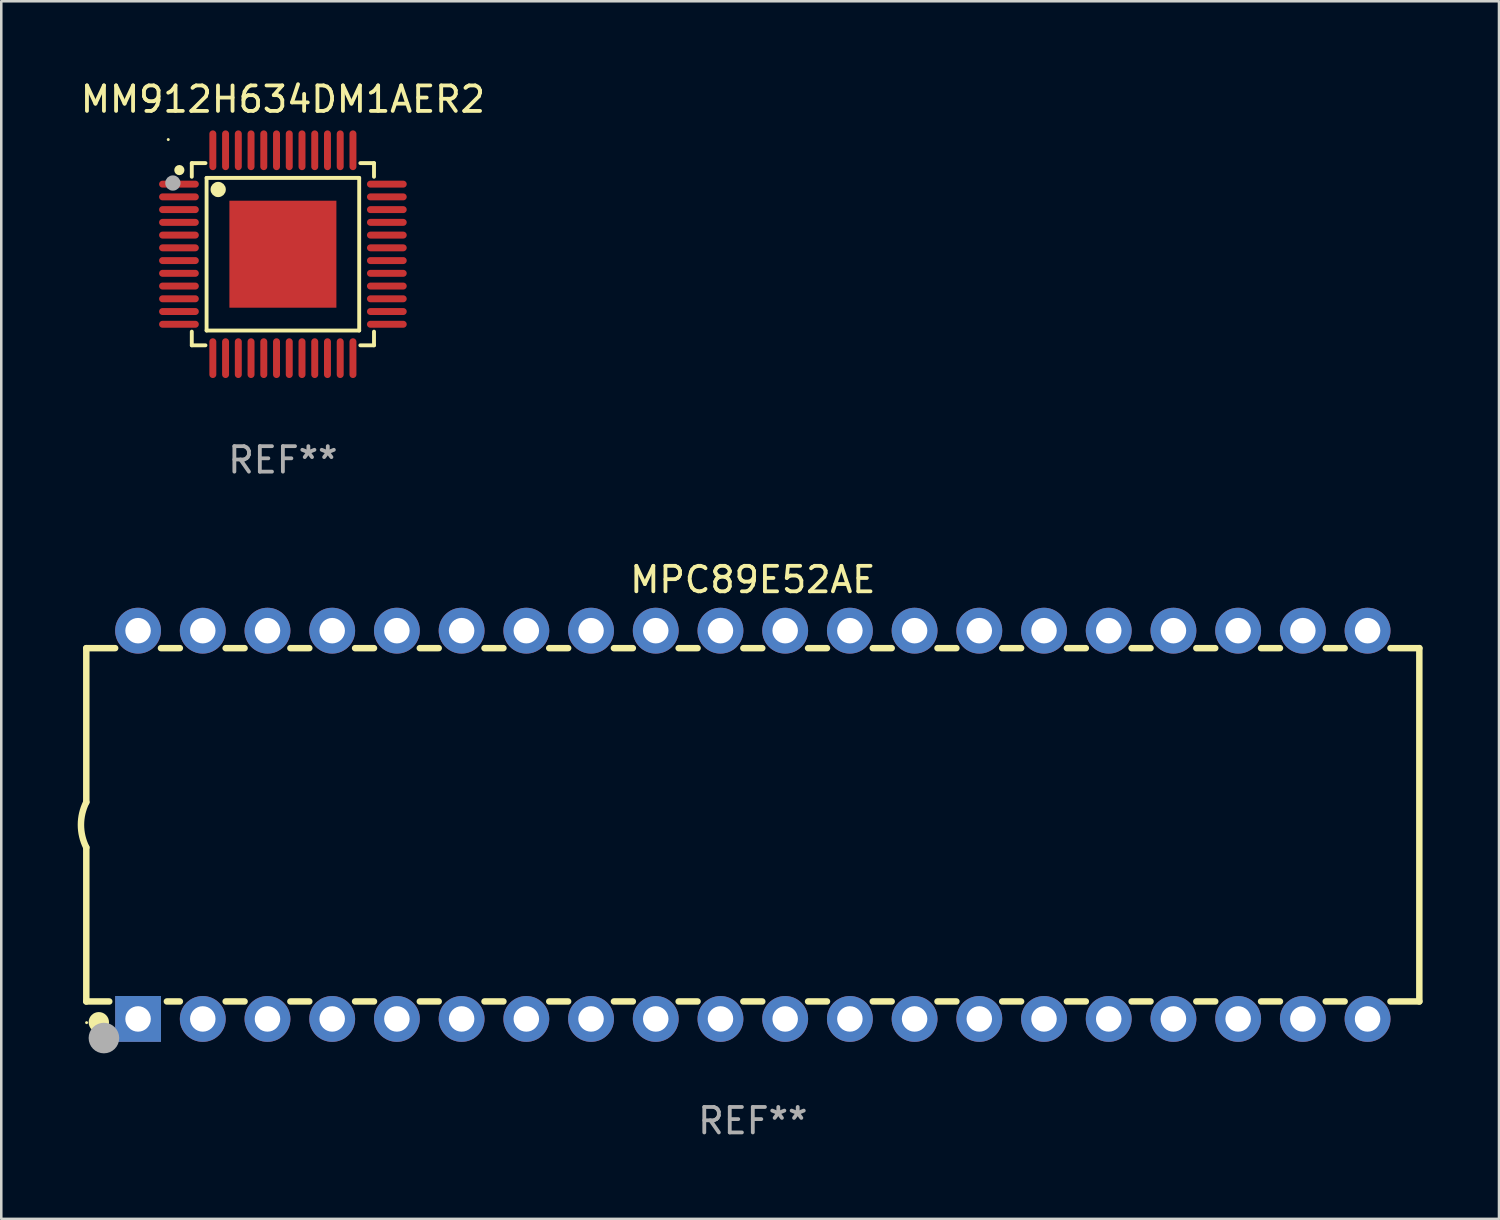
<source format=kicad_pcb>
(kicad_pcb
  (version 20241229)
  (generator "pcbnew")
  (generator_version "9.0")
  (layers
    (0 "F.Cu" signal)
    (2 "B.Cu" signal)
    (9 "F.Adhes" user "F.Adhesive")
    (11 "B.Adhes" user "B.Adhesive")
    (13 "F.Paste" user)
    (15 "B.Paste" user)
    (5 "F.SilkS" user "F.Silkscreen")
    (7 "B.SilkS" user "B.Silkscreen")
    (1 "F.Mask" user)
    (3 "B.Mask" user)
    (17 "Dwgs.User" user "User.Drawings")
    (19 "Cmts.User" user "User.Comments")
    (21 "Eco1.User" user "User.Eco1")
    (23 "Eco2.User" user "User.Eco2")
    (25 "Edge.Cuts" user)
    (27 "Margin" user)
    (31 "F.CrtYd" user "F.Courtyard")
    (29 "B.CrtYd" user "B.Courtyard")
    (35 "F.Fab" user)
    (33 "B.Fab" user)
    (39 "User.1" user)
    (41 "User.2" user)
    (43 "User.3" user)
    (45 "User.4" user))
  (footprint "MPC89E52AE"
    (layer "F.Cu")
    (at 26.499 29.325)
    (property "Reference" "MPC89E52AE" (at 0 -9.62 0) (layer "F.SilkS") (effects (font (size 1 1) (thickness 0.15))))
    (attr through_hole)
    (fp_line (start -26.162 -6.934) (end -26.162 -0.889) (stroke (width 0.254) (type solid)) (layer "F.SilkS"))
    (fp_line (start -26.162 -6.934) (end -25.029 -6.934) (stroke (width 0.254) (type solid)) (layer "F.SilkS"))
    (fp_line (start -26.162 6.934) (end -26.162 0.889) (stroke (width 0.254) (type solid)) (layer "F.SilkS"))
    (fp_line (start -26.162 6.934) (end -25.261 6.934) (stroke (width 0.254) (type solid)) (layer "F.SilkS"))
    (fp_line (start -23.231 -6.934) (end -22.489 -6.934) (stroke (width 0.254) (type solid)) (layer "F.SilkS"))
    (fp_line (start -22.999 6.934) (end -22.489 6.934) (stroke (width 0.254) (type solid)) (layer "F.SilkS"))
    (fp_line (start -20.691 -6.934) (end -19.949 -6.934) (stroke (width 0.254) (type solid)) (layer "F.SilkS"))
    (fp_line (start -20.691 6.934) (end -19.949 6.934) (stroke (width 0.254) (type solid)) (layer "F.SilkS"))
    (fp_line (start -18.151 -6.934) (end -17.409 -6.934) (stroke (width 0.254) (type solid)) (layer "F.SilkS"))
    (fp_line (start -18.151 6.934) (end -17.409 6.934) (stroke (width 0.254) (type solid)) (layer "F.SilkS"))
    (fp_line (start -15.611 -6.934) (end -14.869 -6.934) (stroke (width 0.254) (type solid)) (layer "F.SilkS"))
    (fp_line (start -15.611 6.934) (end -14.869 6.934) (stroke (width 0.254) (type solid)) (layer "F.SilkS"))
    (fp_line (start -13.071 -6.934) (end -12.329 -6.934) (stroke (width 0.254) (type solid)) (layer "F.SilkS"))
    (fp_line (start -13.071 6.934) (end -12.329 6.934) (stroke (width 0.254) (type solid)) (layer "F.SilkS"))
    (fp_line (start -10.531 -6.934) (end -9.789 -6.934) (stroke (width 0.254) (type solid)) (layer "F.SilkS"))
    (fp_line (start -10.531 6.934) (end -9.789 6.934) (stroke (width 0.254) (type solid)) (layer "F.SilkS"))
    (fp_line (start -7.991 -6.934) (end -7.249 -6.934) (stroke (width 0.254) (type solid)) (layer "F.SilkS"))
    (fp_line (start -7.991 6.934) (end -7.249 6.934) (stroke (width 0.254) (type solid)) (layer "F.SilkS"))
    (fp_line (start -5.451 -6.934) (end -4.709 -6.934) (stroke (width 0.254) (type solid)) (layer "F.SilkS"))
    (fp_line (start -5.451 6.934) (end -4.709 6.934) (stroke (width 0.254) (type solid)) (layer "F.SilkS"))
    (fp_line (start -2.911 -6.934) (end -2.169 -6.934) (stroke (width 0.254) (type solid)) (layer "F.SilkS"))
    (fp_line (start -2.911 6.934) (end -2.169 6.934) (stroke (width 0.254) (type solid)) (layer "F.SilkS"))
    (fp_line (start -0.371 -6.934) (end 0.371 -6.934) (stroke (width 0.254) (type solid)) (layer "F.SilkS"))
    (fp_line (start -0.371 6.934) (end 0.371 6.934) (stroke (width 0.254) (type solid)) (layer "F.SilkS"))
    (fp_line (start 2.169 -6.934) (end 2.911 -6.934) (stroke (width 0.254) (type solid)) (layer "F.SilkS"))
    (fp_line (start 2.169 6.934) (end 2.911 6.934) (stroke (width 0.254) (type solid)) (layer "F.SilkS"))
    (fp_line (start 4.709 -6.934) (end 5.451 -6.934) (stroke (width 0.254) (type solid)) (layer "F.SilkS"))
    (fp_line (start 4.709 6.934) (end 5.451 6.934) (stroke (width 0.254) (type solid)) (layer "F.SilkS"))
    (fp_line (start 7.249 -6.934) (end 7.991 -6.934) (stroke (width 0.254) (type solid)) (layer "F.SilkS"))
    (fp_line (start 7.249 6.934) (end 7.991 6.934) (stroke (width 0.254) (type solid)) (layer "F.SilkS"))
    (fp_line (start 9.789 -6.934) (end 10.531 -6.934) (stroke (width 0.254) (type solid)) (layer "F.SilkS"))
    (fp_line (start 9.789 6.934) (end 10.531 6.934) (stroke (width 0.254) (type solid)) (layer "F.SilkS"))
    (fp_line (start 12.329 -6.934) (end 13.071 -6.934) (stroke (width 0.254) (type solid)) (layer "F.SilkS"))
    (fp_line (start 12.329 6.934) (end 13.071 6.934) (stroke (width 0.254) (type solid)) (layer "F.SilkS"))
    (fp_line (start 14.869 -6.934) (end 15.611 -6.934) (stroke (width 0.254) (type solid)) (layer "F.SilkS"))
    (fp_line (start 14.869 6.934) (end 15.611 6.934) (stroke (width 0.254) (type solid)) (layer "F.SilkS"))
    (fp_line (start 17.409 -6.934) (end 18.151 -6.934) (stroke (width 0.254) (type solid)) (layer "F.SilkS"))
    (fp_line (start 17.409 6.934) (end 18.151 6.934) (stroke (width 0.254) (type solid)) (layer "F.SilkS"))
    (fp_line (start 19.949 -6.934) (end 20.691 -6.934) (stroke (width 0.254) (type solid)) (layer "F.SilkS"))
    (fp_line (start 19.949 6.934) (end 20.691 6.934) (stroke (width 0.254) (type solid)) (layer "F.SilkS"))
    (fp_line (start 22.489 -6.934) (end 23.231 -6.934) (stroke (width 0.254) (type solid)) (layer "F.SilkS"))
    (fp_line (start 22.489 6.934) (end 23.231 6.934) (stroke (width 0.254) (type solid)) (layer "F.SilkS"))
    (fp_line (start 25.029 -6.934) (end 26.162 -6.934) (stroke (width 0.254) (type solid)) (layer "F.SilkS"))
    (fp_line (start 25.029 6.934) (end 26.162 6.934) (stroke (width 0.254) (type solid)) (layer "F.SilkS"))
    (fp_line (start 26.162 -6.934) (end 26.162 6.934) (stroke (width 0.254) (type solid)) (layer "F.SilkS"))
    (fp_arc (start -26.162052 0.889001) (mid -26.371917 0) (end -26.162052 -0.889002) (stroke (width 0.254001) (type solid)) (layer "F.SilkS"))
    (fp_circle (center -26.15 7.765) (end -26.12 7.765) (stroke (width 0.06) (type solid)) (fill no) (layer "F.SilkS"))
    (fp_circle (center -25.67 7.75) (end -25.47 7.75) (stroke (width 0.4) (type solid)) (fill no) (layer "F.SilkS"))
    (fp_circle (center -25.47 8.37) (end -25.17 8.37) (stroke (width 0.6) (type solid)) (fill no) (layer "F.Fab"))
    (fp_text user "REF**" (at 0 11.62 0) (layer "F.Fab") (effects (font (size 1 1) (thickness 0.15))))
    (pad "1" thru_hole rect (at -24.13 7.62) (size 1.8 1.8) (drill 1) (layers "*.Cu" "*.Mask"))
    (pad "2" thru_hole circle (at -21.59 7.62) (size 1.8 1.8) (drill 1) (layers "*.Cu" "*.Mask"))
    (pad "3" thru_hole circle (at -19.05 7.62) (size 1.8 1.8) (drill 1) (layers "*.Cu" "*.Mask"))
    (pad "4" thru_hole circle (at -16.51 7.62) (size 1.8 1.8) (drill 1) (layers "*.Cu" "*.Mask"))
    (pad "5" thru_hole circle (at -13.97 7.62) (size 1.8 1.8) (drill 1) (layers "*.Cu" "*.Mask"))
    (pad "6" thru_hole circle (at -11.43 7.62) (size 1.8 1.8) (drill 1) (layers "*.Cu" "*.Mask"))
    (pad "7" thru_hole circle (at -8.89 7.62) (size 1.8 1.8) (drill 1) (layers "*.Cu" "*.Mask"))
    (pad "8" thru_hole circle (at -6.35 7.62) (size 1.8 1.8) (drill 1) (layers "*.Cu" "*.Mask"))
    (pad "9" thru_hole circle (at -3.81 7.62) (size 1.8 1.8) (drill 1) (layers "*.Cu" "*.Mask"))
    (pad "10" thru_hole circle (at -1.27 7.62) (size 1.8 1.8) (drill 1) (layers "*.Cu" "*.Mask"))
    (pad "11" thru_hole circle (at 1.27 7.62) (size 1.8 1.8) (drill 1) (layers "*.Cu" "*.Mask"))
    (pad "12" thru_hole circle (at 3.81 7.62) (size 1.8 1.8) (drill 1) (layers "*.Cu" "*.Mask"))
    (pad "13" thru_hole circle (at 6.35 7.62) (size 1.8 1.8) (drill 1) (layers "*.Cu" "*.Mask"))
    (pad "14" thru_hole circle (at 8.89 7.62) (size 1.8 1.8) (drill 1) (layers "*.Cu" "*.Mask"))
    (pad "15" thru_hole circle (at 11.43 7.62) (size 1.8 1.8) (drill 1) (layers "*.Cu" "*.Mask"))
    (pad "16" thru_hole circle (at 13.97 7.62) (size 1.8 1.8) (drill 1) (layers "*.Cu" "*.Mask"))
    (pad "17" thru_hole circle (at 16.51 7.62) (size 1.8 1.8) (drill 1) (layers "*.Cu" "*.Mask"))
    (pad "18" thru_hole circle (at 19.05 7.62) (size 1.8 1.8) (drill 1) (layers "*.Cu" "*.Mask"))
    (pad "19" thru_hole circle (at 21.59 7.62) (size 1.8 1.8) (drill 1) (layers "*.Cu" "*.Mask"))
    (pad "20" thru_hole circle (at 24.13 7.62) (size 1.8 1.8) (drill 1) (layers "*.Cu" "*.Mask"))
    (pad "21" thru_hole circle (at 24.13 -7.62) (size 1.8 1.8) (drill 1) (layers "*.Cu" "*.Mask"))
    (pad "22" thru_hole circle (at 21.59 -7.62) (size 1.8 1.8) (drill 1) (layers "*.Cu" "*.Mask"))
    (pad "23" thru_hole circle (at 19.05 -7.62) (size 1.8 1.8) (drill 1) (layers "*.Cu" "*.Mask"))
    (pad "24" thru_hole circle (at 16.51 -7.62) (size 1.8 1.8) (drill 1) (layers "*.Cu" "*.Mask"))
    (pad "25" thru_hole circle (at 13.97 -7.62) (size 1.8 1.8) (drill 1) (layers "*.Cu" "*.Mask"))
    (pad "26" thru_hole circle (at 11.43 -7.62) (size 1.8 1.8) (drill 1) (layers "*.Cu" "*.Mask"))
    (pad "27" thru_hole circle (at 8.89 -7.62) (size 1.8 1.8) (drill 1) (layers "*.Cu" "*.Mask"))
    (pad "28" thru_hole circle (at 6.35 -7.62) (size 1.8 1.8) (drill 1) (layers "*.Cu" "*.Mask"))
    (pad "29" thru_hole circle (at 3.81 -7.62) (size 1.8 1.8) (drill 1) (layers "*.Cu" "*.Mask"))
    (pad "30" thru_hole circle (at 1.27 -7.62) (size 1.8 1.8) (drill 1) (layers "*.Cu" "*.Mask"))
    (pad "31" thru_hole circle (at -1.27 -7.62) (size 1.8 1.8) (drill 1) (layers "*.Cu" "*.Mask"))
    (pad "32" thru_hole circle (at -3.81 -7.62) (size 1.8 1.8) (drill 1) (layers "*.Cu" "*.Mask"))
    (pad "33" thru_hole circle (at -6.35 -7.62) (size 1.8 1.8) (drill 1) (layers "*.Cu" "*.Mask"))
    (pad "34" thru_hole circle (at -8.89 -7.62) (size 1.8 1.8) (drill 1) (layers "*.Cu" "*.Mask"))
    (pad "35" thru_hole circle (at -11.43 -7.62) (size 1.8 1.8) (drill 1) (layers "*.Cu" "*.Mask"))
    (pad "36" thru_hole circle (at -13.97 -7.62) (size 1.8 1.8) (drill 1) (layers "*.Cu" "*.Mask"))
    (pad "37" thru_hole circle (at -16.51 -7.62) (size 1.8 1.8) (drill 1) (layers "*.Cu" "*.Mask"))
    (pad "38" thru_hole circle (at -19.05 -7.62) (size 1.8 1.8) (drill 1) (layers "*.Cu" "*.Mask"))
    (pad "39" thru_hole circle (at -21.59 -7.62) (size 1.8 1.8) (drill 1) (layers "*.Cu" "*.Mask"))
    (pad "40" thru_hole circle (at -24.13 -7.62) (size 1.8 1.8) (drill 1) (layers "*.Cu" "*.Mask")))
  (footprint "MM912H634DM1AER2"
    (layer "F.Cu")
    (at 8.054 6.928)
    (property "Reference" "MM912H634DM1AER2" (at 0 -6.08 0) (layer "F.SilkS") (effects (font (size 1 1) (thickness 0.15))))
    (attr through_hole)
    (fp_line (start -3.576 -3.576) (end -3.039 -3.576) (stroke (width 0.152) (type solid)) (layer "F.SilkS"))
    (fp_line (start -3.576 -3.039) (end -3.576 -3.576) (stroke (width 0.152) (type solid)) (layer "F.SilkS"))
    (fp_line (start -3.576 3.039) (end -3.576 3.576) (stroke (width 0.152) (type solid)) (layer "F.SilkS"))
    (fp_line (start -3.576 3.576) (end -3.039 3.576) (stroke (width 0.152) (type solid)) (layer "F.SilkS"))
    (fp_line (start -2.995 -2.995) (end 2.995 -2.995) (stroke (width 0.152) (type solid)) (layer "F.SilkS"))
    (fp_line (start -2.995 2.995) (end -2.995 -2.995) (stroke (width 0.152) (type solid)) (layer "F.SilkS"))
    (fp_line (start 2.995 -2.995) (end 2.995 2.995) (stroke (width 0.152) (type solid)) (layer "F.SilkS"))
    (fp_line (start 2.995 2.995) (end -2.995 2.995) (stroke (width 0.152) (type solid)) (layer "F.SilkS"))
    (fp_line (start 3.576 -3.576) (end 3.039 -3.576) (stroke (width 0.152) (type solid)) (layer "F.SilkS"))
    (fp_line (start 3.576 -3.039) (end 3.576 -3.576) (stroke (width 0.152) (type solid)) (layer "F.SilkS"))
    (fp_line (start 3.576 3.039) (end 3.576 3.576) (stroke (width 0.152) (type solid)) (layer "F.SilkS"))
    (fp_line (start 3.576 3.576) (end 3.039 3.576) (stroke (width 0.152) (type solid)) (layer "F.SilkS"))
    (fp_circle (center -4.5 -4.5) (end -4.47 -4.5) (stroke (width 0.06) (type solid)) (fill no) (layer "F.SilkS"))
    (fp_circle (center -4.064 -3.302) (end -3.964 -3.302) (stroke (width 0.2) (type solid)) (fill no) (layer "F.SilkS"))
    (fp_circle (center -2.54 -2.54) (end -2.39 -2.54) (stroke (width 0.3) (type solid)) (fill no) (layer "F.SilkS"))
    (fp_circle (center -4.318 -2.794) (end -4.168 -2.794) (stroke (width 0.3) (type solid)) (fill no) (layer "F.Fab"))
    (fp_text user "REF**" (at 0 8.08 0) (layer "F.Fab") (effects (font (size 1 1) (thickness 0.15))))
    (pad "1" smd oval (at -4.08 -2.75) (size 1.56 0.273) (layers "F.Cu" "F.Mask" "F.Paste"))
    (pad "2" smd oval (at -4.08 -2.25) (size 1.56 0.273) (layers "F.Cu" "F.Mask" "F.Paste"))
    (pad "3" smd oval (at -4.08 -1.75) (size 1.56 0.273) (layers "F.Cu" "F.Mask" "F.Paste"))
    (pad "4" smd oval (at -4.08 -1.25) (size 1.56 0.273) (layers "F.Cu" "F.Mask" "F.Paste"))
    (pad "5" smd oval (at -4.08 -0.75) (size 1.56 0.273) (layers "F.Cu" "F.Mask" "F.Paste"))
    (pad "6" smd oval (at -4.08 -0.25) (size 1.56 0.273) (layers "F.Cu" "F.Mask" "F.Paste"))
    (pad "7" smd oval (at -4.08 0.25) (size 1.56 0.273) (layers "F.Cu" "F.Mask" "F.Paste"))
    (pad "8" smd oval (at -4.08 0.75) (size 1.56 0.273) (layers "F.Cu" "F.Mask" "F.Paste"))
    (pad "9" smd oval (at -4.08 1.25) (size 1.56 0.273) (layers "F.Cu" "F.Mask" "F.Paste"))
    (pad "10" smd oval (at -4.08 1.75) (size 1.56 0.273) (layers "F.Cu" "F.Mask" "F.Paste"))
    (pad "11" smd oval (at -4.08 2.25) (size 1.56 0.273) (layers "F.Cu" "F.Mask" "F.Paste"))
    (pad "12" smd oval (at -4.08 2.75) (size 1.56 0.273) (layers "F.Cu" "F.Mask" "F.Paste"))
    (pad "13" smd oval (at -2.75 4.08) (size 0.273 1.56) (layers "F.Cu" "F.Mask" "F.Paste"))
    (pad "14" smd oval (at -2.25 4.08) (size 0.273 1.56) (layers "F.Cu" "F.Mask" "F.Paste"))
    (pad "15" smd oval (at -1.75 4.08) (size 0.273 1.56) (layers "F.Cu" "F.Mask" "F.Paste"))
    (pad "16" smd oval (at -1.25 4.08) (size 0.273 1.56) (layers "F.Cu" "F.Mask" "F.Paste"))
    (pad "17" smd oval (at -0.75 4.08) (size 0.273 1.56) (layers "F.Cu" "F.Mask" "F.Paste"))
    (pad "18" smd oval (at -0.25 4.08) (size 0.273 1.56) (layers "F.Cu" "F.Mask" "F.Paste"))
    (pad "19" smd oval (at 0.25 4.08) (size 0.273 1.56) (layers "F.Cu" "F.Mask" "F.Paste"))
    (pad "20" smd oval (at 0.75 4.08) (size 0.273 1.56) (layers "F.Cu" "F.Mask" "F.Paste"))
    (pad "21" smd oval (at 1.25 4.08) (size 0.273 1.56) (layers "F.Cu" "F.Mask" "F.Paste"))
    (pad "22" smd oval (at 1.75 4.08) (size 0.273 1.56) (layers "F.Cu" "F.Mask" "F.Paste"))
    (pad "23" smd oval (at 2.25 4.08) (size 0.273 1.56) (layers "F.Cu" "F.Mask" "F.Paste"))
    (pad "24" smd oval (at 2.75 4.08) (size 0.273 1.56) (layers "F.Cu" "F.Mask" "F.Paste"))
    (pad "25" smd oval (at 4.08 2.75) (size 1.56 0.273) (layers "F.Cu" "F.Mask" "F.Paste"))
    (pad "26" smd oval (at 4.08 2.25) (size 1.56 0.273) (layers "F.Cu" "F.Mask" "F.Paste"))
    (pad "27" smd oval (at 4.08 1.75) (size 1.56 0.273) (layers "F.Cu" "F.Mask" "F.Paste"))
    (pad "28" smd oval (at 4.08 1.25) (size 1.56 0.273) (layers "F.Cu" "F.Mask" "F.Paste"))
    (pad "29" smd oval (at 4.08 0.75) (size 1.56 0.273) (layers "F.Cu" "F.Mask" "F.Paste"))
    (pad "30" smd oval (at 4.08 0.25) (size 1.56 0.273) (layers "F.Cu" "F.Mask" "F.Paste"))
    (pad "31" smd oval (at 4.08 -0.25) (size 1.56 0.273) (layers "F.Cu" "F.Mask" "F.Paste"))
    (pad "32" smd oval (at 4.08 -0.75) (size 1.56 0.273) (layers "F.Cu" "F.Mask" "F.Paste"))
    (pad "33" smd oval (at 4.08 -1.25) (size 1.56 0.273) (layers "F.Cu" "F.Mask" "F.Paste"))
    (pad "34" smd oval (at 4.08 -1.75) (size 1.56 0.273) (layers "F.Cu" "F.Mask" "F.Paste"))
    (pad "35" smd oval (at 4.08 -2.25) (size 1.56 0.273) (layers "F.Cu" "F.Mask" "F.Paste"))
    (pad "36" smd oval (at 4.08 -2.75) (size 1.56 0.273) (layers "F.Cu" "F.Mask" "F.Paste"))
    (pad "37" smd oval (at 2.75 -4.08) (size 0.273 1.56) (layers "F.Cu" "F.Mask" "F.Paste"))
    (pad "38" smd oval (at 2.25 -4.08) (size 0.273 1.56) (layers "F.Cu" "F.Mask" "F.Paste"))
    (pad "39" smd oval (at 1.75 -4.08) (size 0.273 1.56) (layers "F.Cu" "F.Mask" "F.Paste"))
    (pad "40" smd oval (at 1.25 -4.08) (size 0.273 1.56) (layers "F.Cu" "F.Mask" "F.Paste"))
    (pad "41" smd oval (at 0.75 -4.08) (size 0.273 1.56) (layers "F.Cu" "F.Mask" "F.Paste"))
    (pad "42" smd oval (at 0.25 -4.08) (size 0.273 1.56) (layers "F.Cu" "F.Mask" "F.Paste"))
    (pad "43" smd oval (at -0.25 -4.08) (size 0.273 1.56) (layers "F.Cu" "F.Mask" "F.Paste"))
    (pad "44" smd oval (at -0.75 -4.08) (size 0.273 1.56) (layers "F.Cu" "F.Mask" "F.Paste"))
    (pad "45" smd oval (at -1.25 -4.08) (size 0.273 1.56) (layers "F.Cu" "F.Mask" "F.Paste"))
    (pad "46" smd oval (at -1.75 -4.08) (size 0.273 1.56) (layers "F.Cu" "F.Mask" "F.Paste"))
    (pad "47" smd oval (at -2.25 -4.08) (size 0.273 1.56) (layers "F.Cu" "F.Mask" "F.Paste"))
    (pad "48" smd oval (at -2.75 -4.08) (size 0.273 1.56) (layers "F.Cu" "F.Mask" "F.Paste"))
    (pad "49" smd rect (at 0 0) (size 4.2 4.2) (layers "F.Cu" "F.Mask" "F.Paste")))
  (gr_rect
    (start -3 -3)
    (end 55.788 44.793)
    (stroke (width 0.1) (type default))
    (fill no)
    (layer "Edge.Cuts")))
</source>
